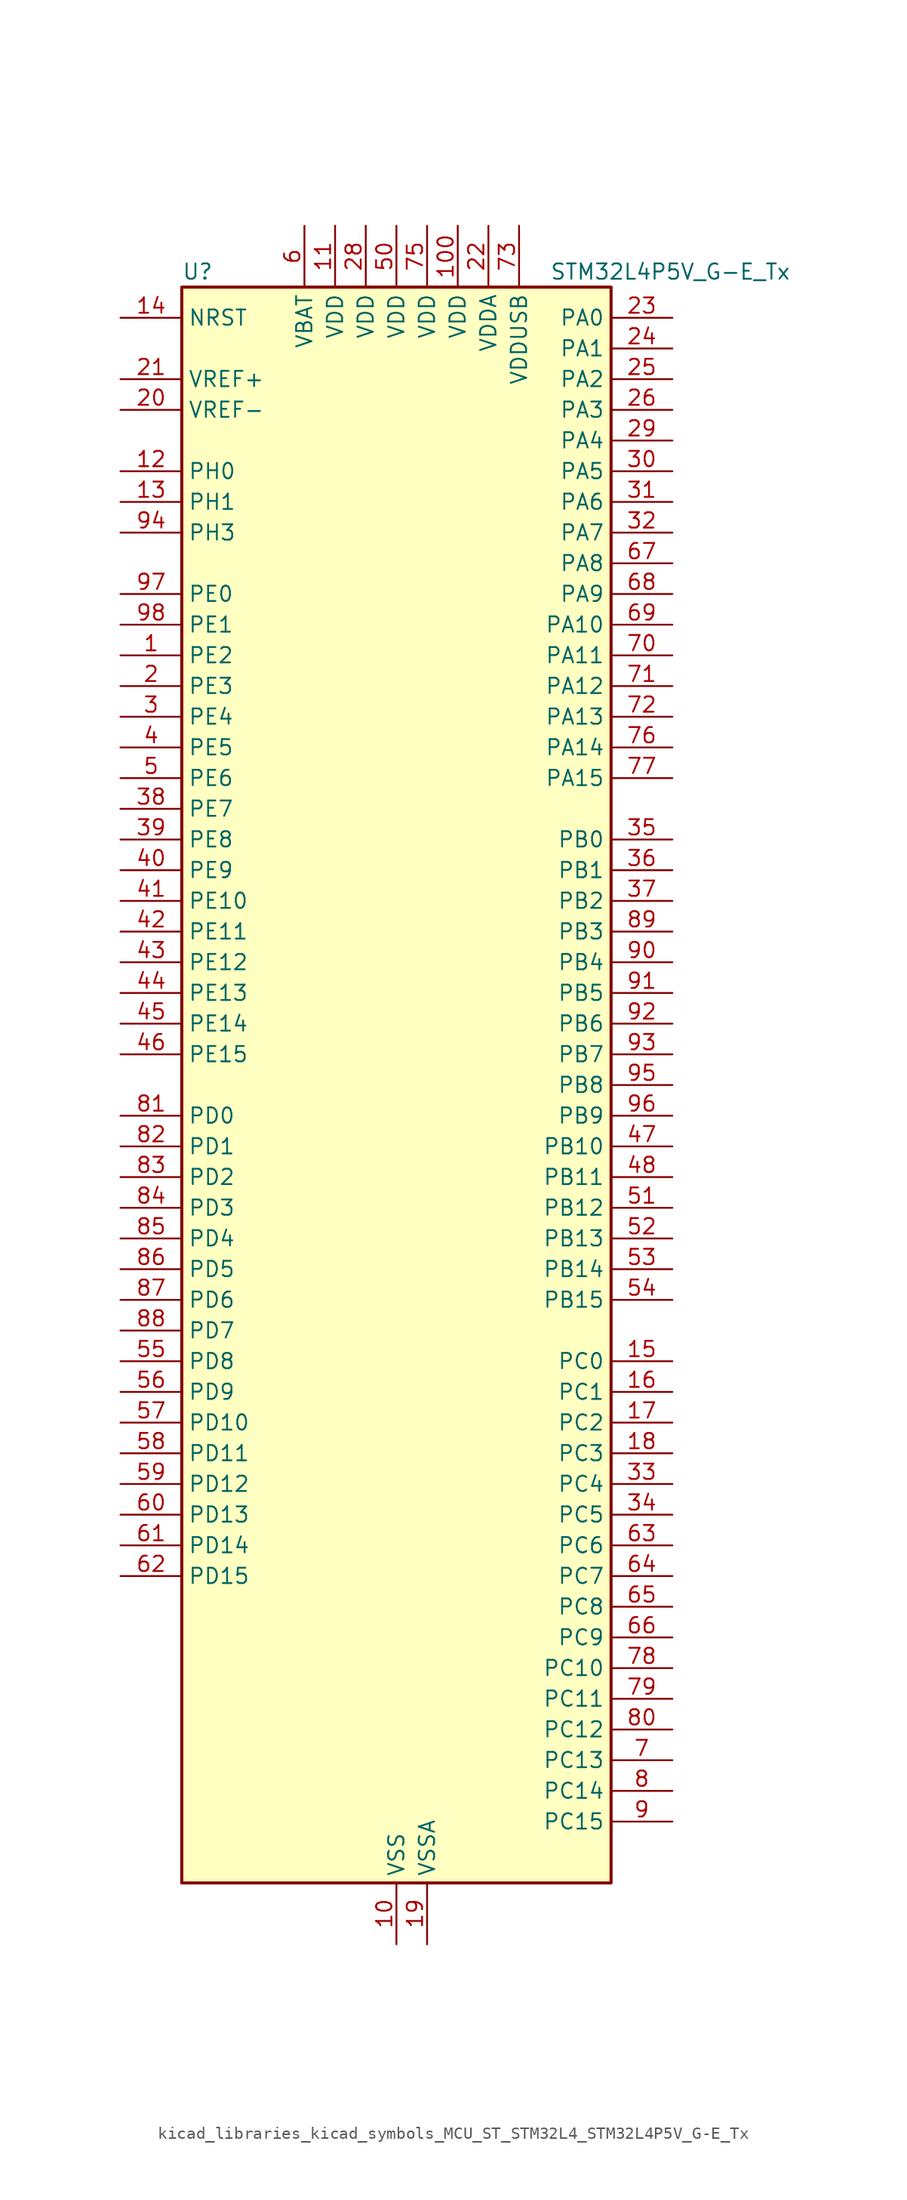
<source format=kicad_sym>
(kicad_symbol_lib
  (version 20220914)
  (generator kicad_symbol_editor)
  (symbol "kicad_libraries_kicad_symbols_MCU_ST_STM32L4_STM32L4P5V_G-E_Tx"
    (property "Reference" "U"
      (at -17.78 67.31 0)
      (effects (font (size 1.27 1.27)) (justify left)))
    (property "Value" "STM32L4P5V_G-E_Tx"
      (at 12.7 67.31 0)
      (effects (font (size 1.27 1.27)) (justify left)))
    (property "ki_locked" ""
      (at 0 0 0)
      (effects (font (size 1.27 1.27))))
    (symbol "kicad_libraries_kicad_symbols_MCU_ST_STM32L4_STM32L4P5V_G-E_Tx_0_1"
      (rectangle (start -17.78 -66.04) (end 17.78 66.04) (stroke (width 0.254) (type default)) (fill (type background))))
    (symbol "kicad_libraries_kicad_symbols_MCU_ST_STM32L4_STM32L4P5V_G-E_Tx_1_1"
      (pin bidirectional line (at -22.86 35.56 0) (length 5.08) (name "PE2" (effects (font (size 1.27 1.27)))) (number "1" (effects (font (size 1.27 1.27)))) (alternate "FMC_A23" bidirectional line) (alternate "LTDC_R7" bidirectional line) (alternate "SAI1_CK1" bidirectional line) (alternate "SAI1_MCLK_A" bidirectional line) (alternate "SYS_TRACECLK" bidirectional line) (alternate "TIM3_ETR" bidirectional line) (alternate "TSC_G7_IO1" bidirectional line))
      (pin power_in line (at 0 -71.12 90) (length 5.08) (name "VSS" (effects (font (size 1.27 1.27)))) (number "10" (effects (font (size 1.27 1.27)))))
      (pin power_in line (at 5.08 71.12 270) (length 5.08) (name "VDD" (effects (font (size 1.27 1.27)))) (number "100" (effects (font (size 1.27 1.27)))))
      (pin power_in line (at -5.08 71.12 270) (length 5.08) (name "VDD" (effects (font (size 1.27 1.27)))) (number "11" (effects (font (size 1.27 1.27)))))
      (pin bidirectional line (at -22.86 50.8 0) (length 5.08) (name "PH0" (effects (font (size 1.27 1.27)))) (number "12" (effects (font (size 1.27 1.27)))) (alternate "RCC_OSC_IN" bidirectional line))
      (pin bidirectional line (at -22.86 48.26 0) (length 5.08) (name "PH1" (effects (font (size 1.27 1.27)))) (number "13" (effects (font (size 1.27 1.27)))) (alternate "RCC_OSC_OUT" bidirectional line))
      (pin input line (at -22.86 63.5 0) (length 5.08) (name "NRST" (effects (font (size 1.27 1.27)))) (number "14" (effects (font (size 1.27 1.27)))))
      (pin bidirectional line (at 22.86 -22.86 180) (length 5.08) (name "PC0" (effects (font (size 1.27 1.27)))) (number "15" (effects (font (size 1.27 1.27)))) (alternate "ADC1_IN1" bidirectional line) (alternate "ADC2_IN1" bidirectional line) (alternate "I2C3_SCL" bidirectional line) (alternate "LPTIM1_IN1" bidirectional line) (alternate "LPTIM2_IN1" bidirectional line) (alternate "LPUART1_RX" bidirectional line) (alternate "LTDC_DE" bidirectional line) (alternate "SAI2_FS_A" bidirectional line) (alternate "SDMMC1_CMD" bidirectional line) (alternate "SDMMC2_CKIN" bidirectional line))
      (pin bidirectional line (at 22.86 -25.4 180) (length 5.08) (name "PC1" (effects (font (size 1.27 1.27)))) (number "16" (effects (font (size 1.27 1.27)))) (alternate "ADC1_IN2" bidirectional line) (alternate "ADC2_IN2" bidirectional line) (alternate "I2C3_SDA" bidirectional line) (alternate "LPTIM1_OUT" bidirectional line) (alternate "LPUART1_TX" bidirectional line) (alternate "OCTOSPIM_P1_IO4" bidirectional line) (alternate "SAI1_SD_A" bidirectional line) (alternate "SPI2_MOSI" bidirectional line) (alternate "SYS_TRACED0" bidirectional line))
      (pin bidirectional line (at 22.86 -27.94 180) (length 5.08) (name "PC2" (effects (font (size 1.27 1.27)))) (number "17" (effects (font (size 1.27 1.27)))) (alternate "ADC1_IN3" bidirectional line) (alternate "ADC2_IN3" bidirectional line) (alternate "DFSDM1_CKOUT" bidirectional line) (alternate "LPTIM1_IN2" bidirectional line) (alternate "LTDC_HSYNC" bidirectional line) (alternate "OCTOSPIM_P1_IO5" bidirectional line) (alternate "SPI2_MISO" bidirectional line))
      (pin bidirectional line (at 22.86 -30.48 180) (length 5.08) (name "PC3" (effects (font (size 1.27 1.27)))) (number "18" (effects (font (size 1.27 1.27)))) (alternate "ADC1_IN4" bidirectional line) (alternate "ADC2_IN4" bidirectional line) (alternate "LPTIM1_ETR" bidirectional line) (alternate "LPTIM2_ETR" bidirectional line) (alternate "OCTOSPIM_P1_IO6" bidirectional line) (alternate "SAI1_D1" bidirectional line) (alternate "SAI1_SD_A" bidirectional line) (alternate "SPI2_MOSI" bidirectional line))
      (pin power_in line (at 2.54 -71.12 90) (length 5.08) (name "VSSA" (effects (font (size 1.27 1.27)))) (number "19" (effects (font (size 1.27 1.27)))))
      (pin bidirectional line (at -22.86 33.02 0) (length 5.08) (name "PE3" (effects (font (size 1.27 1.27)))) (number "2" (effects (font (size 1.27 1.27)))) (alternate "FMC_A19" bidirectional line) (alternate "LTDC_R6" bidirectional line) (alternate "OCTOSPIM_P1_DQS" bidirectional line) (alternate "SAI1_SD_B" bidirectional line) (alternate "SYS_TRACED0" bidirectional line) (alternate "TIM3_CH1" bidirectional line) (alternate "TSC_G7_IO2" bidirectional line))
      (pin input line (at -22.86 55.88 0) (length 5.08) (name "VREF-" (effects (font (size 1.27 1.27)))) (number "20" (effects (font (size 1.27 1.27)))))
      (pin input line (at -22.86 58.42 0) (length 5.08) (name "VREF+" (effects (font (size 1.27 1.27)))) (number "21" (effects (font (size 1.27 1.27)))) (alternate "VREFBUF_OUT" bidirectional line))
      (pin power_in line (at 7.62 71.12 270) (length 5.08) (name "VDDA" (effects (font (size 1.27 1.27)))) (number "22" (effects (font (size 1.27 1.27)))))
      (pin bidirectional line (at 22.86 63.5 180) (length 5.08) (name "PA0" (effects (font (size 1.27 1.27)))) (number "23" (effects (font (size 1.27 1.27)))) (alternate "ADC1_IN5" bidirectional line) (alternate "ADC2_IN5" bidirectional line) (alternate "OPAMP1_VINP" bidirectional line) (alternate "RTC_TAMP2" bidirectional line) (alternate "SAI1_EXTCLK" bidirectional line) (alternate "SYS_WKUP1" bidirectional line) (alternate "TIM2_CH1" bidirectional line) (alternate "TIM2_ETR" bidirectional line) (alternate "TIM5_CH1" bidirectional line) (alternate "TIM8_ETR" bidirectional line) (alternate "UART4_TX" bidirectional line) (alternate "USART2_CTS" bidirectional line) (alternate "USART2_NSS" bidirectional line))
      (pin bidirectional line (at 22.86 60.96 180) (length 5.08) (name "PA1" (effects (font (size 1.27 1.27)))) (number "24" (effects (font (size 1.27 1.27)))) (alternate "ADC1_IN6" bidirectional line) (alternate "ADC2_IN6" bidirectional line) (alternate "I2C1_SMBA" bidirectional line) (alternate "OCTOSPIM_P1_DQS" bidirectional line) (alternate "OPAMP1_VINM" bidirectional line) (alternate "SDMMC2_CMD" bidirectional line) (alternate "SPI1_SCK" bidirectional line) (alternate "TIM15_CH1N" bidirectional line) (alternate "TIM2_CH2" bidirectional line) (alternate "TIM5_CH2" bidirectional line) (alternate "UART4_RX" bidirectional line) (alternate "USART2_DE" bidirectional line) (alternate "USART2_RTS" bidirectional line))
      (pin bidirectional line (at 22.86 58.42 180) (length 5.08) (name "PA2" (effects (font (size 1.27 1.27)))) (number "25" (effects (font (size 1.27 1.27)))) (alternate "ADC1_IN7" bidirectional line) (alternate "ADC2_IN7" bidirectional line) (alternate "LPUART1_TX" bidirectional line) (alternate "OCTOSPIM_P1_NCS" bidirectional line) (alternate "RCC_LSCO" bidirectional line) (alternate "SAI2_EXTCLK" bidirectional line) (alternate "SYS_WKUP4" bidirectional line) (alternate "TIM15_CH1" bidirectional line) (alternate "TIM2_CH3" bidirectional line) (alternate "TIM5_CH3" bidirectional line) (alternate "USART2_TX" bidirectional line))
      (pin bidirectional line (at 22.86 55.88 180) (length 5.08) (name "PA3" (effects (font (size 1.27 1.27)))) (number "26" (effects (font (size 1.27 1.27)))) (alternate "ADC1_IN8" bidirectional line) (alternate "ADC2_IN8" bidirectional line) (alternate "LPUART1_RX" bidirectional line) (alternate "OCTOSPIM_P1_CLK" bidirectional line) (alternate "OPAMP1_VOUT" bidirectional line) (alternate "SAI1_CK1" bidirectional line) (alternate "SAI1_MCLK_A" bidirectional line) (alternate "TIM15_CH2" bidirectional line) (alternate "TIM2_CH4" bidirectional line) (alternate "TIM5_CH4" bidirectional line) (alternate "USART2_RX" bidirectional line))
      (pin passive line (at 0 -71.12 90) (length 5.08) hide (name "VSS" (effects (font (size 1.27 1.27)))) (number "27" (effects (font (size 1.27 1.27)))))
      (pin power_in line (at -2.54 71.12 270) (length 5.08) (name "VDD" (effects (font (size 1.27 1.27)))) (number "28" (effects (font (size 1.27 1.27)))))
      (pin bidirectional line (at 22.86 53.34 180) (length 5.08) (name "PA4" (effects (font (size 1.27 1.27)))) (number "29" (effects (font (size 1.27 1.27)))) (alternate "ADC1_IN9" bidirectional line) (alternate "ADC2_IN9" bidirectional line) (alternate "DAC1_OUT1" bidirectional line) (alternate "DCMI_HSYNC" bidirectional line) (alternate "LPTIM2_OUT" bidirectional line) (alternate "LTDC_CLK" bidirectional line) (alternate "OCTOSPIM_P1_NCS" bidirectional line) (alternate "PSSI_DE" bidirectional line) (alternate "SAI1_FS_B" bidirectional line) (alternate "SPI1_NSS" bidirectional line) (alternate "SPI3_NSS" bidirectional line) (alternate "USART2_CK" bidirectional line))
      (pin bidirectional line (at -22.86 30.48 0) (length 5.08) (name "PE4" (effects (font (size 1.27 1.27)))) (number "3" (effects (font (size 1.27 1.27)))) (alternate "DCMI_D4" bidirectional line) (alternate "DFSDM1_DATIN3" bidirectional line) (alternate "FMC_A20" bidirectional line) (alternate "LTDC_B7" bidirectional line) (alternate "PSSI_D4" bidirectional line) (alternate "SAI1_D2" bidirectional line) (alternate "SAI1_FS_A" bidirectional line) (alternate "SYS_TRACED1" bidirectional line) (alternate "TIM3_CH2" bidirectional line) (alternate "TSC_G7_IO3" bidirectional line))
      (pin bidirectional line (at 22.86 50.8 180) (length 5.08) (name "PA5" (effects (font (size 1.27 1.27)))) (number "30" (effects (font (size 1.27 1.27)))) (alternate "ADC1_IN10" bidirectional line) (alternate "ADC2_IN10" bidirectional line) (alternate "DAC1_OUT2" bidirectional line) (alternate "LPTIM2_ETR" bidirectional line) (alternate "LTDC_R7" bidirectional line) (alternate "PSSI_D14" bidirectional line) (alternate "SPI1_SCK" bidirectional line) (alternate "TIM2_CH1" bidirectional line) (alternate "TIM2_ETR" bidirectional line) (alternate "TIM8_CH1N" bidirectional line))
      (pin bidirectional line (at 22.86 48.26 180) (length 5.08) (name "PA6" (effects (font (size 1.27 1.27)))) (number "31" (effects (font (size 1.27 1.27)))) (alternate "ADC1_IN11" bidirectional line) (alternate "ADC2_IN11" bidirectional line) (alternate "DCMI_PIXCLK" bidirectional line) (alternate "LPUART1_CTS" bidirectional line) (alternate "OCTOSPIM_P1_IO3" bidirectional line) (alternate "OPAMP2_VINP" bidirectional line) (alternate "PSSI_PDCK" bidirectional line) (alternate "SPI1_MISO" bidirectional line) (alternate "TIM16_CH1" bidirectional line) (alternate "TIM1_BKIN" bidirectional line) (alternate "TIM3_CH1" bidirectional line) (alternate "TIM8_BKIN" bidirectional line) (alternate "USART3_CTS" bidirectional line) (alternate "USART3_NSS" bidirectional line))
      (pin bidirectional line (at 22.86 45.72 180) (length 5.08) (name "PA7" (effects (font (size 1.27 1.27)))) (number "32" (effects (font (size 1.27 1.27)))) (alternate "ADC1_IN12" bidirectional line) (alternate "ADC2_IN12" bidirectional line) (alternate "I2C3_SCL" bidirectional line) (alternate "OCTOSPIM_P1_IO2" bidirectional line) (alternate "OPAMP2_VINM" bidirectional line) (alternate "SPI1_MOSI" bidirectional line) (alternate "TIM17_CH1" bidirectional line) (alternate "TIM1_CH1N" bidirectional line) (alternate "TIM3_CH2" bidirectional line) (alternate "TIM8_CH1N" bidirectional line))
      (pin bidirectional line (at 22.86 -33.02 180) (length 5.08) (name "PC4" (effects (font (size 1.27 1.27)))) (number "33" (effects (font (size 1.27 1.27)))) (alternate "ADC1_IN13" bidirectional line) (alternate "ADC2_IN13" bidirectional line) (alternate "COMP1_INM" bidirectional line) (alternate "OCTOSPIM_P1_IO7" bidirectional line) (alternate "OCTOSPIM_P2_NCS" bidirectional line) (alternate "USART3_TX" bidirectional line))
      (pin bidirectional line (at 22.86 -35.56 180) (length 5.08) (name "PC5" (effects (font (size 1.27 1.27)))) (number "34" (effects (font (size 1.27 1.27)))) (alternate "ADC1_IN14" bidirectional line) (alternate "ADC2_IN14" bidirectional line) (alternate "COMP1_INP" bidirectional line) (alternate "LTDC_CLK" bidirectional line) (alternate "PSSI_D15" bidirectional line) (alternate "SAI1_D3" bidirectional line) (alternate "SYS_WKUP5" bidirectional line) (alternate "USART3_RX" bidirectional line))
      (pin bidirectional line (at 22.86 20.32 180) (length 5.08) (name "PB0" (effects (font (size 1.27 1.27)))) (number "35" (effects (font (size 1.27 1.27)))) (alternate "ADC1_IN15" bidirectional line) (alternate "ADC2_IN15" bidirectional line) (alternate "COMP1_OUT" bidirectional line) (alternate "LTDC_B6" bidirectional line) (alternate "OCTOSPIM_P1_IO1" bidirectional line) (alternate "OPAMP2_VOUT" bidirectional line) (alternate "SAI1_EXTCLK" bidirectional line) (alternate "SPI1_NSS" bidirectional line) (alternate "TIM1_CH2N" bidirectional line) (alternate "TIM3_CH3" bidirectional line) (alternate "TIM8_CH2N" bidirectional line) (alternate "USART3_CK" bidirectional line))
      (pin bidirectional line (at 22.86 17.78 180) (length 5.08) (name "PB1" (effects (font (size 1.27 1.27)))) (number "36" (effects (font (size 1.27 1.27)))) (alternate "ADC1_IN16" bidirectional line) (alternate "ADC2_IN16" bidirectional line) (alternate "COMP1_INM" bidirectional line) (alternate "DFSDM1_DATIN0" bidirectional line) (alternate "LPTIM2_IN1" bidirectional line) (alternate "LPUART1_DE" bidirectional line) (alternate "LPUART1_RTS" bidirectional line) (alternate "LTDC_G6" bidirectional line) (alternate "OCTOSPIM_P1_IO0" bidirectional line) (alternate "TIM1_CH3N" bidirectional line) (alternate "TIM3_CH4" bidirectional line) (alternate "TIM8_CH3N" bidirectional line) (alternate "USART3_DE" bidirectional line) (alternate "USART3_RTS" bidirectional line))
      (pin bidirectional line (at 22.86 15.24 180) (length 5.08) (name "PB2" (effects (font (size 1.27 1.27)))) (number "37" (effects (font (size 1.27 1.27)))) (alternate "COMP1_INP" bidirectional line) (alternate "DFSDM1_CKIN0" bidirectional line) (alternate "I2C3_SMBA" bidirectional line) (alternate "LPTIM1_OUT" bidirectional line) (alternate "OCTOSPIM_P1_DQS" bidirectional line) (alternate "RTC_OUT2" bidirectional line))
      (pin bidirectional line (at -22.86 22.86 0) (length 5.08) (name "PE7" (effects (font (size 1.27 1.27)))) (number "38" (effects (font (size 1.27 1.27)))) (alternate "DFSDM1_DATIN2" bidirectional line) (alternate "FMC_D4" bidirectional line) (alternate "FMC_DA4" bidirectional line) (alternate "LTDC_B6" bidirectional line) (alternate "SAI1_SD_B" bidirectional line) (alternate "TIM1_ETR" bidirectional line))
      (pin bidirectional line (at -22.86 20.32 0) (length 5.08) (name "PE8" (effects (font (size 1.27 1.27)))) (number "39" (effects (font (size 1.27 1.27)))) (alternate "DFSDM1_CKIN2" bidirectional line) (alternate "FMC_D5" bidirectional line) (alternate "FMC_DA5" bidirectional line) (alternate "LTDC_B7" bidirectional line) (alternate "SAI1_SCK_B" bidirectional line) (alternate "TIM1_CH1N" bidirectional line))
      (pin bidirectional line (at -22.86 27.94 0) (length 5.08) (name "PE5" (effects (font (size 1.27 1.27)))) (number "4" (effects (font (size 1.27 1.27)))) (alternate "DCMI_D6" bidirectional line) (alternate "DFSDM1_CKIN3" bidirectional line) (alternate "FMC_A21" bidirectional line) (alternate "LTDC_G7" bidirectional line) (alternate "PSSI_D6" bidirectional line) (alternate "SAI1_CK2" bidirectional line) (alternate "SAI1_SCK_A" bidirectional line) (alternate "SYS_TRACED2" bidirectional line) (alternate "TIM3_CH3" bidirectional line) (alternate "TSC_G7_IO4" bidirectional line))
      (pin bidirectional line (at -22.86 17.78 0) (length 5.08) (name "PE9" (effects (font (size 1.27 1.27)))) (number "40" (effects (font (size 1.27 1.27)))) (alternate "DAC1_EXTI9" bidirectional line) (alternate "DFSDM1_CKOUT" bidirectional line) (alternate "FMC_D6" bidirectional line) (alternate "FMC_DA6" bidirectional line) (alternate "LTDC_G2" bidirectional line) (alternate "OCTOSPIM_P1_NCLK" bidirectional line) (alternate "SAI1_FS_B" bidirectional line) (alternate "TIM1_CH1" bidirectional line))
      (pin bidirectional line (at -22.86 15.24 0) (length 5.08) (name "PE10" (effects (font (size 1.27 1.27)))) (number "41" (effects (font (size 1.27 1.27)))) (alternate "FMC_D7" bidirectional line) (alternate "FMC_DA7" bidirectional line) (alternate "LTDC_G3" bidirectional line) (alternate "OCTOSPIM_P1_CLK" bidirectional line) (alternate "SAI1_MCLK_B" bidirectional line) (alternate "TIM1_CH2N" bidirectional line) (alternate "TSC_G5_IO1" bidirectional line))
      (pin bidirectional line (at -22.86 12.7 0) (length 5.08) (name "PE11" (effects (font (size 1.27 1.27)))) (number "42" (effects (font (size 1.27 1.27)))) (alternate "ADC1_EXTI11" bidirectional line) (alternate "ADC2_EXTI11" bidirectional line) (alternate "FMC_D8" bidirectional line) (alternate "FMC_DA8" bidirectional line) (alternate "LTDC_G4" bidirectional line) (alternate "OCTOSPIM_P1_NCS" bidirectional line) (alternate "TIM1_CH2" bidirectional line) (alternate "TSC_G5_IO2" bidirectional line))
      (pin bidirectional line (at -22.86 10.16 0) (length 5.08) (name "PE12" (effects (font (size 1.27 1.27)))) (number "43" (effects (font (size 1.27 1.27)))) (alternate "FMC_D9" bidirectional line) (alternate "FMC_DA9" bidirectional line) (alternate "LTDC_G5" bidirectional line) (alternate "OCTOSPIM_P1_IO0" bidirectional line) (alternate "SPI1_NSS" bidirectional line) (alternate "TIM1_CH3N" bidirectional line) (alternate "TSC_G5_IO3" bidirectional line))
      (pin bidirectional line (at -22.86 7.62 0) (length 5.08) (name "PE13" (effects (font (size 1.27 1.27)))) (number "44" (effects (font (size 1.27 1.27)))) (alternate "FMC_D10" bidirectional line) (alternate "FMC_DA10" bidirectional line) (alternate "LTDC_G6" bidirectional line) (alternate "OCTOSPIM_P1_IO1" bidirectional line) (alternate "SPI1_SCK" bidirectional line) (alternate "TIM1_CH3" bidirectional line) (alternate "TSC_G5_IO4" bidirectional line))
      (pin bidirectional line (at -22.86 5.08 0) (length 5.08) (name "PE14" (effects (font (size 1.27 1.27)))) (number "45" (effects (font (size 1.27 1.27)))) (alternate "FMC_D11" bidirectional line) (alternate "FMC_DA11" bidirectional line) (alternate "LTDC_G7" bidirectional line) (alternate "OCTOSPIM_P1_IO2" bidirectional line) (alternate "SPI1_MISO" bidirectional line) (alternate "TIM1_BKIN2" bidirectional line) (alternate "TIM1_CH4" bidirectional line))
      (pin bidirectional line (at -22.86 2.54 0) (length 5.08) (name "PE15" (effects (font (size 1.27 1.27)))) (number "46" (effects (font (size 1.27 1.27)))) (alternate "ADC1_EXTI15" bidirectional line) (alternate "ADC2_EXTI15" bidirectional line) (alternate "FMC_D12" bidirectional line) (alternate "FMC_DA12" bidirectional line) (alternate "LTDC_R2" bidirectional line) (alternate "OCTOSPIM_P1_IO3" bidirectional line) (alternate "SPI1_MOSI" bidirectional line) (alternate "TIM1_BKIN" bidirectional line))
      (pin bidirectional line (at 22.86 -5.08 180) (length 5.08) (name "PB10" (effects (font (size 1.27 1.27)))) (number "47" (effects (font (size 1.27 1.27)))) (alternate "COMP1_OUT" bidirectional line) (alternate "I2C2_SCL" bidirectional line) (alternate "I2C4_SCL" bidirectional line) (alternate "LPUART1_RX" bidirectional line) (alternate "OCTOSPIM_P1_CLK" bidirectional line) (alternate "OCTOSPIM_P1_IO3" bidirectional line) (alternate "SAI1_SCK_A" bidirectional line) (alternate "SPI2_SCK" bidirectional line) (alternate "TIM2_CH3" bidirectional line) (alternate "TSC_SYNC" bidirectional line) (alternate "USART3_TX" bidirectional line))
      (pin bidirectional line (at 22.86 -7.62 180) (length 5.08) (name "PB11" (effects (font (size 1.27 1.27)))) (number "48" (effects (font (size 1.27 1.27)))) (alternate "ADC1_EXTI11" bidirectional line) (alternate "ADC2_EXTI11" bidirectional line) (alternate "COMP2_OUT" bidirectional line) (alternate "I2C2_SDA" bidirectional line) (alternate "I2C4_SDA" bidirectional line) (alternate "LPUART1_TX" bidirectional line) (alternate "LTDC_VSYNC" bidirectional line) (alternate "OCTOSPIM_P1_NCS" bidirectional line) (alternate "TIM2_CH4" bidirectional line) (alternate "USART3_RX" bidirectional line))
      (pin passive line (at 0 -71.12 90) (length 5.08) hide (name "VSS" (effects (font (size 1.27 1.27)))) (number "49" (effects (font (size 1.27 1.27)))))
      (pin bidirectional line (at -22.86 25.4 0) (length 5.08) (name "PE6" (effects (font (size 1.27 1.27)))) (number "5" (effects (font (size 1.27 1.27)))) (alternate "DCMI_D7" bidirectional line) (alternate "FMC_A22" bidirectional line) (alternate "LTDC_G6" bidirectional line) (alternate "PSSI_D7" bidirectional line) (alternate "RTC_TAMP3" bidirectional line) (alternate "SAI1_D1" bidirectional line) (alternate "SAI1_SD_A" bidirectional line) (alternate "SYS_TRACED3" bidirectional line) (alternate "SYS_WKUP3" bidirectional line) (alternate "TIM3_CH4" bidirectional line))
      (pin power_in line (at 0 71.12 270) (length 5.08) (name "VDD" (effects (font (size 1.27 1.27)))) (number "50" (effects (font (size 1.27 1.27)))))
      (pin bidirectional line (at 22.86 -10.16 180) (length 5.08) (name "PB12" (effects (font (size 1.27 1.27)))) (number "51" (effects (font (size 1.27 1.27)))) (alternate "DFSDM1_DATIN1" bidirectional line) (alternate "I2C2_SMBA" bidirectional line) (alternate "LPUART1_DE" bidirectional line) (alternate "LPUART1_RTS" bidirectional line) (alternate "OCTOSPIM_P1_NCLK" bidirectional line) (alternate "SAI2_FS_A" bidirectional line) (alternate "SDMMC2_CK" bidirectional line) (alternate "SPI2_NSS" bidirectional line) (alternate "TIM15_BKIN" bidirectional line) (alternate "TIM1_BKIN" bidirectional line) (alternate "TSC_G1_IO1" bidirectional line) (alternate "USART3_CK" bidirectional line))
      (pin bidirectional line (at 22.86 -12.7 180) (length 5.08) (name "PB13" (effects (font (size 1.27 1.27)))) (number "52" (effects (font (size 1.27 1.27)))) (alternate "DFSDM1_CKIN1" bidirectional line) (alternate "I2C2_SCL" bidirectional line) (alternate "LPUART1_CTS" bidirectional line) (alternate "OCTOSPIM_P1_IO1" bidirectional line) (alternate "SAI2_SCK_A" bidirectional line) (alternate "SPI2_SCK" bidirectional line) (alternate "TIM15_CH1N" bidirectional line) (alternate "TIM1_CH1N" bidirectional line) (alternate "TSC_G1_IO2" bidirectional line) (alternate "USART3_CTS" bidirectional line) (alternate "USART3_NSS" bidirectional line))
      (pin bidirectional line (at 22.86 -15.24 180) (length 5.08) (name "PB14" (effects (font (size 1.27 1.27)))) (number "53" (effects (font (size 1.27 1.27)))) (alternate "DFSDM1_DATIN2" bidirectional line) (alternate "I2C2_SDA" bidirectional line) (alternate "OCTOSPIM_P1_IO6" bidirectional line) (alternate "SAI2_MCLK_A" bidirectional line) (alternate "SDMMC2_D0" bidirectional line) (alternate "SPI2_MISO" bidirectional line) (alternate "TIM15_CH1" bidirectional line) (alternate "TIM1_CH2N" bidirectional line) (alternate "TIM8_CH2N" bidirectional line) (alternate "TSC_G1_IO3" bidirectional line) (alternate "USART3_DE" bidirectional line) (alternate "USART3_RTS" bidirectional line))
      (pin bidirectional line (at 22.86 -17.78 180) (length 5.08) (name "PB15" (effects (font (size 1.27 1.27)))) (number "54" (effects (font (size 1.27 1.27)))) (alternate "ADC1_EXTI15" bidirectional line) (alternate "ADC2_EXTI15" bidirectional line) (alternate "DFSDM1_CKIN2" bidirectional line) (alternate "OCTOSPIM_P1_IO7" bidirectional line) (alternate "RTC_REFIN" bidirectional line) (alternate "SAI2_SD_A" bidirectional line) (alternate "SDMMC2_D1" bidirectional line) (alternate "SPI2_MOSI" bidirectional line) (alternate "TIM15_CH2" bidirectional line) (alternate "TIM1_CH3N" bidirectional line) (alternate "TIM8_CH3N" bidirectional line) (alternate "TSC_G1_IO4" bidirectional line))
      (pin bidirectional line (at -22.86 -22.86 0) (length 5.08) (name "PD8" (effects (font (size 1.27 1.27)))) (number "55" (effects (font (size 1.27 1.27)))) (alternate "DCMI_HSYNC" bidirectional line) (alternate "FMC_D13" bidirectional line) (alternate "FMC_DA13" bidirectional line) (alternate "LTDC_R3" bidirectional line) (alternate "PSSI_DE" bidirectional line) (alternate "USART3_TX" bidirectional line))
      (pin bidirectional line (at -22.86 -25.4 0) (length 5.08) (name "PD9" (effects (font (size 1.27 1.27)))) (number "56" (effects (font (size 1.27 1.27)))) (alternate "DAC1_EXTI9" bidirectional line) (alternate "DCMI_PIXCLK" bidirectional line) (alternate "FMC_D14" bidirectional line) (alternate "FMC_DA14" bidirectional line) (alternate "LTDC_R4" bidirectional line) (alternate "PSSI_PDCK" bidirectional line) (alternate "SAI2_MCLK_A" bidirectional line) (alternate "USART3_RX" bidirectional line))
      (pin bidirectional line (at -22.86 -27.94 0) (length 5.08) (name "PD10" (effects (font (size 1.27 1.27)))) (number "57" (effects (font (size 1.27 1.27)))) (alternate "FMC_D15" bidirectional line) (alternate "FMC_DA15" bidirectional line) (alternate "LTDC_R5" bidirectional line) (alternate "SAI2_SCK_A" bidirectional line) (alternate "TSC_G6_IO1" bidirectional line) (alternate "USART3_CK" bidirectional line))
      (pin bidirectional line (at -22.86 -30.48 0) (length 5.08) (name "PD11" (effects (font (size 1.27 1.27)))) (number "58" (effects (font (size 1.27 1.27)))) (alternate "ADC1_EXTI11" bidirectional line) (alternate "ADC2_EXTI11" bidirectional line) (alternate "FMC_A16" bidirectional line) (alternate "FMC_CLE" bidirectional line) (alternate "I2C4_SMBA" bidirectional line) (alternate "LPTIM2_ETR" bidirectional line) (alternate "LTDC_R6" bidirectional line) (alternate "SAI2_SD_A" bidirectional line) (alternate "TSC_G6_IO2" bidirectional line) (alternate "USART3_CTS" bidirectional line) (alternate "USART3_NSS" bidirectional line))
      (pin bidirectional line (at -22.86 -33.02 0) (length 5.08) (name "PD12" (effects (font (size 1.27 1.27)))) (number "59" (effects (font (size 1.27 1.27)))) (alternate "FMC_A17" bidirectional line) (alternate "FMC_ALE" bidirectional line) (alternate "I2C4_SCL" bidirectional line) (alternate "LPTIM2_IN1" bidirectional line) (alternate "LTDC_R7" bidirectional line) (alternate "SAI2_FS_A" bidirectional line) (alternate "TIM4_CH1" bidirectional line) (alternate "TSC_G6_IO3" bidirectional line) (alternate "USART3_DE" bidirectional line) (alternate "USART3_RTS" bidirectional line))
      (pin power_in line (at -7.62 71.12 270) (length 5.08) (name "VBAT" (effects (font (size 1.27 1.27)))) (number "6" (effects (font (size 1.27 1.27)))))
      (pin bidirectional line (at -22.86 -35.56 0) (length 5.08) (name "PD13" (effects (font (size 1.27 1.27)))) (number "60" (effects (font (size 1.27 1.27)))) (alternate "FMC_A18" bidirectional line) (alternate "I2C4_SDA" bidirectional line) (alternate "LPTIM2_OUT" bidirectional line) (alternate "TIM4_CH2" bidirectional line) (alternate "TSC_G6_IO4" bidirectional line))
      (pin bidirectional line (at -22.86 -38.1 0) (length 5.08) (name "PD14" (effects (font (size 1.27 1.27)))) (number "61" (effects (font (size 1.27 1.27)))) (alternate "FMC_D0" bidirectional line) (alternate "FMC_DA0" bidirectional line) (alternate "LTDC_B2" bidirectional line) (alternate "TIM4_CH3" bidirectional line))
      (pin bidirectional line (at -22.86 -40.64 0) (length 5.08) (name "PD15" (effects (font (size 1.27 1.27)))) (number "62" (effects (font (size 1.27 1.27)))) (alternate "ADC1_EXTI15" bidirectional line) (alternate "ADC2_EXTI15" bidirectional line) (alternate "FMC_D1" bidirectional line) (alternate "FMC_DA1" bidirectional line) (alternate "LTDC_B3" bidirectional line) (alternate "TIM4_CH4" bidirectional line))
      (pin bidirectional line (at 22.86 -38.1 180) (length 5.08) (name "PC6" (effects (font (size 1.27 1.27)))) (number "63" (effects (font (size 1.27 1.27)))) (alternate "DCMI_D0" bidirectional line) (alternate "DFSDM1_CKIN3" bidirectional line) (alternate "LTDC_G7" bidirectional line) (alternate "PSSI_D0" bidirectional line) (alternate "SAI2_MCLK_A" bidirectional line) (alternate "SDMMC1_D0DIR" bidirectional line) (alternate "SDMMC1_D6" bidirectional line) (alternate "SDMMC2_D6" bidirectional line) (alternate "TIM3_CH1" bidirectional line) (alternate "TIM8_CH1" bidirectional line) (alternate "TSC_G4_IO1" bidirectional line))
      (pin bidirectional line (at 22.86 -40.64 180) (length 5.08) (name "PC7" (effects (font (size 1.27 1.27)))) (number "64" (effects (font (size 1.27 1.27)))) (alternate "DCMI_D1" bidirectional line) (alternate "DFSDM1_DATIN3" bidirectional line) (alternate "LTDC_B6" bidirectional line) (alternate "PSSI_D1" bidirectional line) (alternate "SAI2_MCLK_B" bidirectional line) (alternate "SDMMC1_D123DIR" bidirectional line) (alternate "SDMMC1_D7" bidirectional line) (alternate "SDMMC2_D7" bidirectional line) (alternate "TIM3_CH2" bidirectional line) (alternate "TIM8_CH2" bidirectional line) (alternate "TSC_G4_IO2" bidirectional line))
      (pin bidirectional line (at 22.86 -43.18 180) (length 5.08) (name "PC8" (effects (font (size 1.27 1.27)))) (number "65" (effects (font (size 1.27 1.27)))) (alternate "DCMI_D2" bidirectional line) (alternate "PSSI_D2" bidirectional line) (alternate "SDMMC1_D0" bidirectional line) (alternate "TIM3_CH3" bidirectional line) (alternate "TIM8_CH3" bidirectional line) (alternate "TSC_G4_IO3" bidirectional line))
      (pin bidirectional line (at 22.86 -45.72 180) (length 5.08) (name "PC9" (effects (font (size 1.27 1.27)))) (number "66" (effects (font (size 1.27 1.27)))) (alternate "DAC1_EXTI9" bidirectional line) (alternate "DCMI_D3" bidirectional line) (alternate "I2C3_SDA" bidirectional line) (alternate "PSSI_D3" bidirectional line) (alternate "SAI2_EXTCLK" bidirectional line) (alternate "SDMMC1_D1" bidirectional line) (alternate "SYS_TRACED0" bidirectional line) (alternate "TIM3_CH4" bidirectional line) (alternate "TIM8_BKIN2" bidirectional line) (alternate "TIM8_CH4" bidirectional line) (alternate "TSC_G4_IO4" bidirectional line) (alternate "USB_OTG_FS_NOE" bidirectional line))
      (pin bidirectional line (at 22.86 43.18 180) (length 5.08) (name "PA8" (effects (font (size 1.27 1.27)))) (number "67" (effects (font (size 1.27 1.27)))) (alternate "LPTIM2_OUT" bidirectional line) (alternate "LTDC_B7" bidirectional line) (alternate "RCC_MCO" bidirectional line) (alternate "SAI1_CK2" bidirectional line) (alternate "SAI1_SCK_A" bidirectional line) (alternate "TIM1_CH1" bidirectional line) (alternate "USART1_CK" bidirectional line) (alternate "USB_OTG_FS_SOF" bidirectional line))
      (pin bidirectional line (at 22.86 40.64 180) (length 5.08) (name "PA9" (effects (font (size 1.27 1.27)))) (number "68" (effects (font (size 1.27 1.27)))) (alternate "DAC1_EXTI9" bidirectional line) (alternate "DCMI_D0" bidirectional line) (alternate "LTDC_G7" bidirectional line) (alternate "PSSI_D0" bidirectional line) (alternate "SAI1_FS_A" bidirectional line) (alternate "SPI2_SCK" bidirectional line) (alternate "TIM15_BKIN" bidirectional line) (alternate "TIM1_CH2" bidirectional line) (alternate "USART1_TX" bidirectional line) (alternate "USB_OTG_FS_VBUS" bidirectional line))
      (pin bidirectional line (at 22.86 38.1 180) (length 5.08) (name "PA10" (effects (font (size 1.27 1.27)))) (number "69" (effects (font (size 1.27 1.27)))) (alternate "DCMI_D1" bidirectional line) (alternate "LTDC_G6" bidirectional line) (alternate "PSSI_D1" bidirectional line) (alternate "SAI1_D1" bidirectional line) (alternate "SAI1_SD_A" bidirectional line) (alternate "TIM17_BKIN" bidirectional line) (alternate "TIM1_CH3" bidirectional line) (alternate "USART1_RX" bidirectional line) (alternate "USB_OTG_FS_ID" bidirectional line))
      (pin bidirectional line (at 22.86 -55.88 180) (length 5.08) (name "PC13" (effects (font (size 1.27 1.27)))) (number "7" (effects (font (size 1.27 1.27)))) (alternate "RTC_OUT1" bidirectional line) (alternate "RTC_TAMP1" bidirectional line) (alternate "RTC_TS" bidirectional line) (alternate "SYS_WKUP2" bidirectional line))
      (pin bidirectional line (at 22.86 35.56 180) (length 5.08) (name "PA11" (effects (font (size 1.27 1.27)))) (number "70" (effects (font (size 1.27 1.27)))) (alternate "ADC1_EXTI11" bidirectional line) (alternate "ADC2_EXTI11" bidirectional line) (alternate "CAN1_RX" bidirectional line) (alternate "LTDC_DE" bidirectional line) (alternate "SPI1_MISO" bidirectional line) (alternate "TIM1_BKIN2" bidirectional line) (alternate "TIM1_CH4" bidirectional line) (alternate "USART1_CTS" bidirectional line) (alternate "USART1_NSS" bidirectional line) (alternate "USB_OTG_FS_DM" bidirectional line))
      (pin bidirectional line (at 22.86 33.02 180) (length 5.08) (name "PA12" (effects (font (size 1.27 1.27)))) (number "71" (effects (font (size 1.27 1.27)))) (alternate "CAN1_TX" bidirectional line) (alternate "LTDC_VSYNC" bidirectional line) (alternate "OCTOSPIM_P2_NCS" bidirectional line) (alternate "SPI1_MOSI" bidirectional line) (alternate "TIM1_ETR" bidirectional line) (alternate "USART1_DE" bidirectional line) (alternate "USART1_RTS" bidirectional line) (alternate "USB_OTG_FS_DP" bidirectional line))
      (pin bidirectional line (at 22.86 30.48 180) (length 5.08) (name "PA13" (effects (font (size 1.27 1.27)))) (number "72" (effects (font (size 1.27 1.27)))) (alternate "IR_OUT" bidirectional line) (alternate "SAI1_SD_B" bidirectional line) (alternate "SYS_JTMS-SWDIO" bidirectional line) (alternate "USB_OTG_FS_NOE" bidirectional line))
      (pin power_in line (at 10.16 71.12 270) (length 5.08) (name "VDDUSB" (effects (font (size 1.27 1.27)))) (number "73" (effects (font (size 1.27 1.27)))))
      (pin passive line (at 0 -71.12 90) (length 5.08) hide (name "VSS" (effects (font (size 1.27 1.27)))) (number "74" (effects (font (size 1.27 1.27)))))
      (pin power_in line (at 2.54 71.12 270) (length 5.08) (name "VDD" (effects (font (size 1.27 1.27)))) (number "75" (effects (font (size 1.27 1.27)))))
      (pin bidirectional line (at 22.86 27.94 180) (length 5.08) (name "PA14" (effects (font (size 1.27 1.27)))) (number "76" (effects (font (size 1.27 1.27)))) (alternate "I2C1_SMBA" bidirectional line) (alternate "I2C4_SMBA" bidirectional line) (alternate "LPTIM1_OUT" bidirectional line) (alternate "SAI1_FS_B" bidirectional line) (alternate "SYS_JTCK-SWCLK" bidirectional line) (alternate "USB_OTG_FS_SOF" bidirectional line))
      (pin bidirectional line (at 22.86 25.4 180) (length 5.08) (name "PA15" (effects (font (size 1.27 1.27)))) (number "77" (effects (font (size 1.27 1.27)))) (alternate "ADC1_EXTI15" bidirectional line) (alternate "ADC2_EXTI15" bidirectional line) (alternate "LTDC_HSYNC" bidirectional line) (alternate "SAI2_FS_B" bidirectional line) (alternate "SPI1_NSS" bidirectional line) (alternate "SPI3_NSS" bidirectional line) (alternate "SYS_JTDI" bidirectional line) (alternate "TIM2_CH1" bidirectional line) (alternate "TIM2_ETR" bidirectional line) (alternate "TSC_G3_IO1" bidirectional line) (alternate "UART4_DE" bidirectional line) (alternate "UART4_RTS" bidirectional line) (alternate "USART2_RX" bidirectional line) (alternate "USART3_DE" bidirectional line) (alternate "USART3_RTS" bidirectional line))
      (pin bidirectional line (at 22.86 -48.26 180) (length 5.08) (name "PC10" (effects (font (size 1.27 1.27)))) (number "78" (effects (font (size 1.27 1.27)))) (alternate "DCMI_D8" bidirectional line) (alternate "DCMI_VSYNC" bidirectional line) (alternate "PSSI_D8" bidirectional line) (alternate "PSSI_RDY" bidirectional line) (alternate "SAI2_SCK_B" bidirectional line) (alternate "SDMMC1_D2" bidirectional line) (alternate "SPI3_SCK" bidirectional line) (alternate "SYS_TRACED1" bidirectional line) (alternate "TSC_G3_IO2" bidirectional line) (alternate "UART4_TX" bidirectional line) (alternate "USART3_TX" bidirectional line))
      (pin bidirectional line (at 22.86 -50.8 180) (length 5.08) (name "PC11" (effects (font (size 1.27 1.27)))) (number "79" (effects (font (size 1.27 1.27)))) (alternate "ADC1_EXTI11" bidirectional line) (alternate "ADC2_EXTI11" bidirectional line) (alternate "DCMI_D2" bidirectional line) (alternate "DCMI_D4" bidirectional line) (alternate "OCTOSPIM_P1_NCS" bidirectional line) (alternate "PSSI_D2" bidirectional line) (alternate "PSSI_D4" bidirectional line) (alternate "SAI2_MCLK_B" bidirectional line) (alternate "SDMMC1_D3" bidirectional line) (alternate "SPI3_MISO" bidirectional line) (alternate "TSC_G3_IO3" bidirectional line) (alternate "UART4_RX" bidirectional line) (alternate "USART3_RX" bidirectional line))
      (pin bidirectional line (at 22.86 -58.42 180) (length 5.08) (name "PC14" (effects (font (size 1.27 1.27)))) (number "8" (effects (font (size 1.27 1.27)))) (alternate "RCC_OSC32_IN" bidirectional line))
      (pin bidirectional line (at 22.86 -53.34 180) (length 5.08) (name "PC12" (effects (font (size 1.27 1.27)))) (number "80" (effects (font (size 1.27 1.27)))) (alternate "DCMI_D9" bidirectional line) (alternate "LTDC_R6" bidirectional line) (alternate "PSSI_D9" bidirectional line) (alternate "SAI2_SD_B" bidirectional line) (alternate "SDMMC1_CK" bidirectional line) (alternate "SPI3_MOSI" bidirectional line) (alternate "SYS_TRACED3" bidirectional line) (alternate "TSC_G3_IO4" bidirectional line) (alternate "UART5_TX" bidirectional line) (alternate "USART3_CK" bidirectional line))
      (pin bidirectional line (at -22.86 -2.54 0) (length 5.08) (name "PD0" (effects (font (size 1.27 1.27)))) (number "81" (effects (font (size 1.27 1.27)))) (alternate "CAN1_RX" bidirectional line) (alternate "FMC_D2" bidirectional line) (alternate "FMC_DA2" bidirectional line) (alternate "LTDC_B4" bidirectional line) (alternate "SPI2_NSS" bidirectional line))
      (pin bidirectional line (at -22.86 -5.08 0) (length 5.08) (name "PD1" (effects (font (size 1.27 1.27)))) (number "82" (effects (font (size 1.27 1.27)))) (alternate "CAN1_TX" bidirectional line) (alternate "FMC_D3" bidirectional line) (alternate "FMC_DA3" bidirectional line) (alternate "LTDC_B5" bidirectional line) (alternate "SPI2_SCK" bidirectional line))
      (pin bidirectional line (at -22.86 -7.62 0) (length 5.08) (name "PD2" (effects (font (size 1.27 1.27)))) (number "83" (effects (font (size 1.27 1.27)))) (alternate "DCMI_D11" bidirectional line) (alternate "PSSI_D11" bidirectional line) (alternate "SDMMC1_CMD" bidirectional line) (alternate "SYS_TRACED2" bidirectional line) (alternate "TIM3_ETR" bidirectional line) (alternate "TSC_SYNC" bidirectional line) (alternate "UART5_RX" bidirectional line) (alternate "USART3_DE" bidirectional line) (alternate "USART3_RTS" bidirectional line))
      (pin bidirectional line (at -22.86 -10.16 0) (length 5.08) (name "PD3" (effects (font (size 1.27 1.27)))) (number "84" (effects (font (size 1.27 1.27)))) (alternate "DCMI_D5" bidirectional line) (alternate "DFSDM1_DATIN0" bidirectional line) (alternate "FMC_CLK" bidirectional line) (alternate "LTDC_CLK" bidirectional line) (alternate "OCTOSPIM_P2_NCS" bidirectional line) (alternate "PSSI_D5" bidirectional line) (alternate "SPI2_MISO" bidirectional line) (alternate "SPI2_SCK" bidirectional line) (alternate "USART2_CTS" bidirectional line) (alternate "USART2_NSS" bidirectional line))
      (pin bidirectional line (at -22.86 -12.7 0) (length 5.08) (name "PD4" (effects (font (size 1.27 1.27)))) (number "85" (effects (font (size 1.27 1.27)))) (alternate "DFSDM1_CKIN0" bidirectional line) (alternate "FMC_NOE" bidirectional line) (alternate "OCTOSPIM_P1_IO4" bidirectional line) (alternate "SDMMC2_CKIN" bidirectional line) (alternate "SPI2_MOSI" bidirectional line) (alternate "USART2_DE" bidirectional line) (alternate "USART2_RTS" bidirectional line))
      (pin bidirectional line (at -22.86 -15.24 0) (length 5.08) (name "PD5" (effects (font (size 1.27 1.27)))) (number "86" (effects (font (size 1.27 1.27)))) (alternate "FMC_NWE" bidirectional line) (alternate "OCTOSPIM_P1_IO5" bidirectional line) (alternate "USART2_TX" bidirectional line))
      (pin bidirectional line (at -22.86 -17.78 0) (length 5.08) (name "PD6" (effects (font (size 1.27 1.27)))) (number "87" (effects (font (size 1.27 1.27)))) (alternate "DCMI_D10" bidirectional line) (alternate "DFSDM1_DATIN1" bidirectional line) (alternate "FMC_NWAIT" bidirectional line) (alternate "LTDC_DE" bidirectional line) (alternate "OCTOSPIM_P1_IO6" bidirectional line) (alternate "PSSI_D10" bidirectional line) (alternate "SAI1_D1" bidirectional line) (alternate "SAI1_SD_A" bidirectional line) (alternate "SDMMC2_CK" bidirectional line) (alternate "SPI3_MOSI" bidirectional line) (alternate "USART2_RX" bidirectional line))
      (pin bidirectional line (at -22.86 -20.32 0) (length 5.08) (name "PD7" (effects (font (size 1.27 1.27)))) (number "88" (effects (font (size 1.27 1.27)))) (alternate "DFSDM1_CKIN1" bidirectional line) (alternate "FMC_NCE" bidirectional line) (alternate "FMC_NE1" bidirectional line) (alternate "OCTOSPIM_P1_IO7" bidirectional line) (alternate "SDMMC2_CMD" bidirectional line) (alternate "USART2_CK" bidirectional line))
      (pin bidirectional line (at 22.86 12.7 180) (length 5.08) (name "PB3" (effects (font (size 1.27 1.27)))) (number "89" (effects (font (size 1.27 1.27)))) (alternate "COMP2_INM" bidirectional line) (alternate "CRS_SYNC" bidirectional line) (alternate "OCTOSPIM_P1_IO4" bidirectional line) (alternate "SAI1_SCK_B" bidirectional line) (alternate "SDMMC2_D2" bidirectional line) (alternate "SPI1_SCK" bidirectional line) (alternate "SPI3_SCK" bidirectional line) (alternate "SYS_JTDO-SWO" bidirectional line) (alternate "TIM2_CH2" bidirectional line) (alternate "USART1_DE" bidirectional line) (alternate "USART1_RTS" bidirectional line))
      (pin bidirectional line (at 22.86 -60.96 180) (length 5.08) (name "PC15" (effects (font (size 1.27 1.27)))) (number "9" (effects (font (size 1.27 1.27)))) (alternate "ADC1_EXTI15" bidirectional line) (alternate "ADC2_EXTI15" bidirectional line) (alternate "RCC_OSC32_OUT" bidirectional line))
      (pin bidirectional line (at 22.86 10.16 180) (length 5.08) (name "PB4" (effects (font (size 1.27 1.27)))) (number "90" (effects (font (size 1.27 1.27)))) (alternate "COMP2_INP" bidirectional line) (alternate "DCMI_D12" bidirectional line) (alternate "I2C3_SDA" bidirectional line) (alternate "OCTOSPIM_P1_IO5" bidirectional line) (alternate "PSSI_D12" bidirectional line) (alternate "SAI1_MCLK_B" bidirectional line) (alternate "SDMMC2_D3" bidirectional line) (alternate "SPI1_MISO" bidirectional line) (alternate "SPI3_MISO" bidirectional line) (alternate "SYS_JTRST" bidirectional line) (alternate "TIM17_BKIN" bidirectional line) (alternate "TIM3_CH1" bidirectional line) (alternate "TSC_G2_IO1" bidirectional line) (alternate "UART5_DE" bidirectional line) (alternate "UART5_RTS" bidirectional line) (alternate "USART1_CTS" bidirectional line) (alternate "USART1_NSS" bidirectional line))
      (pin bidirectional line (at 22.86 7.62 180) (length 5.08) (name "PB5" (effects (font (size 1.27 1.27)))) (number "91" (effects (font (size 1.27 1.27)))) (alternate "COMP2_OUT" bidirectional line) (alternate "DCMI_D10" bidirectional line) (alternate "I2C1_SMBA" bidirectional line) (alternate "LPTIM1_IN1" bidirectional line) (alternate "OCTOSPIM_P1_IO0" bidirectional line) (alternate "PSSI_D10" bidirectional line) (alternate "SAI1_SD_B" bidirectional line) (alternate "SPI1_MOSI" bidirectional line) (alternate "SPI3_MOSI" bidirectional line) (alternate "TIM16_BKIN" bidirectional line) (alternate "TIM3_CH2" bidirectional line) (alternate "TSC_G2_IO2" bidirectional line) (alternate "UART5_CTS" bidirectional line) (alternate "USART1_CK" bidirectional line))
      (pin bidirectional line (at 22.86 5.08 180) (length 5.08) (name "PB6" (effects (font (size 1.27 1.27)))) (number "92" (effects (font (size 1.27 1.27)))) (alternate "COMP2_INP" bidirectional line) (alternate "DCMI_D5" bidirectional line) (alternate "I2C1_SCL" bidirectional line) (alternate "I2C4_SCL" bidirectional line) (alternate "LPTIM1_ETR" bidirectional line) (alternate "LTDC_R6" bidirectional line) (alternate "PSSI_D5" bidirectional line) (alternate "SAI1_FS_B" bidirectional line) (alternate "TIM16_CH1N" bidirectional line) (alternate "TIM4_CH1" bidirectional line) (alternate "TIM8_BKIN2" bidirectional line) (alternate "TSC_G2_IO3" bidirectional line) (alternate "USART1_TX" bidirectional line))
      (pin bidirectional line (at 22.86 2.54 180) (length 5.08) (name "PB7" (effects (font (size 1.27 1.27)))) (number "93" (effects (font (size 1.27 1.27)))) (alternate "COMP2_INM" bidirectional line) (alternate "DCMI_VSYNC" bidirectional line) (alternate "FMC_NL" bidirectional line) (alternate "I2C1_SDA" bidirectional line) (alternate "I2C4_SDA" bidirectional line) (alternate "LPTIM1_IN2" bidirectional line) (alternate "LTDC_VSYNC" bidirectional line) (alternate "PSSI_RDY" bidirectional line) (alternate "SYS_PVD_IN" bidirectional line) (alternate "TIM17_CH1N" bidirectional line) (alternate "TIM4_CH2" bidirectional line) (alternate "TIM8_BKIN" bidirectional line) (alternate "TSC_G2_IO4" bidirectional line) (alternate "UART4_CTS" bidirectional line) (alternate "USART1_RX" bidirectional line))
      (pin bidirectional line (at -22.86 45.72 0) (length 5.08) (name "PH3" (effects (font (size 1.27 1.27)))) (number "94" (effects (font (size 1.27 1.27)))))
      (pin bidirectional line (at 22.86 0 180) (length 5.08) (name "PB8" (effects (font (size 1.27 1.27)))) (number "95" (effects (font (size 1.27 1.27)))) (alternate "CAN1_RX" bidirectional line) (alternate "DCMI_D6" bidirectional line) (alternate "DFSDM1_CKOUT" bidirectional line) (alternate "I2C1_SCL" bidirectional line) (alternate "LTDC_DE" bidirectional line) (alternate "PSSI_D6" bidirectional line) (alternate "SAI1_CK1" bidirectional line) (alternate "SAI1_MCLK_A" bidirectional line) (alternate "SDMMC1_CKIN" bidirectional line) (alternate "SDMMC1_D4" bidirectional line) (alternate "SDMMC2_D4" bidirectional line) (alternate "TIM16_CH1" bidirectional line) (alternate "TIM4_CH3" bidirectional line))
      (pin bidirectional line (at 22.86 -2.54 180) (length 5.08) (name "PB9" (effects (font (size 1.27 1.27)))) (number "96" (effects (font (size 1.27 1.27)))) (alternate "CAN1_TX" bidirectional line) (alternate "DAC1_EXTI9" bidirectional line) (alternate "DCMI_D7" bidirectional line) (alternate "I2C1_SDA" bidirectional line) (alternate "IR_OUT" bidirectional line) (alternate "PSSI_D7" bidirectional line) (alternate "SAI1_D2" bidirectional line) (alternate "SAI1_FS_A" bidirectional line) (alternate "SDMMC1_CDIR" bidirectional line) (alternate "SDMMC1_D5" bidirectional line) (alternate "SDMMC2_D5" bidirectional line) (alternate "SPI2_NSS" bidirectional line) (alternate "TIM17_CH1" bidirectional line) (alternate "TIM4_CH4" bidirectional line))
      (pin bidirectional line (at -22.86 40.64 0) (length 5.08) (name "PE0" (effects (font (size 1.27 1.27)))) (number "97" (effects (font (size 1.27 1.27)))) (alternate "DCMI_D2" bidirectional line) (alternate "FMC_NBL0" bidirectional line) (alternate "LTDC_HSYNC" bidirectional line) (alternate "PSSI_D2" bidirectional line) (alternate "TIM16_CH1" bidirectional line) (alternate "TIM4_ETR" bidirectional line))
      (pin bidirectional line (at -22.86 38.1 0) (length 5.08) (name "PE1" (effects (font (size 1.27 1.27)))) (number "98" (effects (font (size 1.27 1.27)))) (alternate "DCMI_D3" bidirectional line) (alternate "FMC_NBL1" bidirectional line) (alternate "LTDC_VSYNC" bidirectional line) (alternate "PSSI_D3" bidirectional line) (alternate "TIM17_CH1" bidirectional line))
      (pin passive line (at 0 -71.12 90) (length 5.08) hide (name "VSS" (effects (font (size 1.27 1.27)))) (number "99" (effects (font (size 1.27 1.27))))))))
</source>
